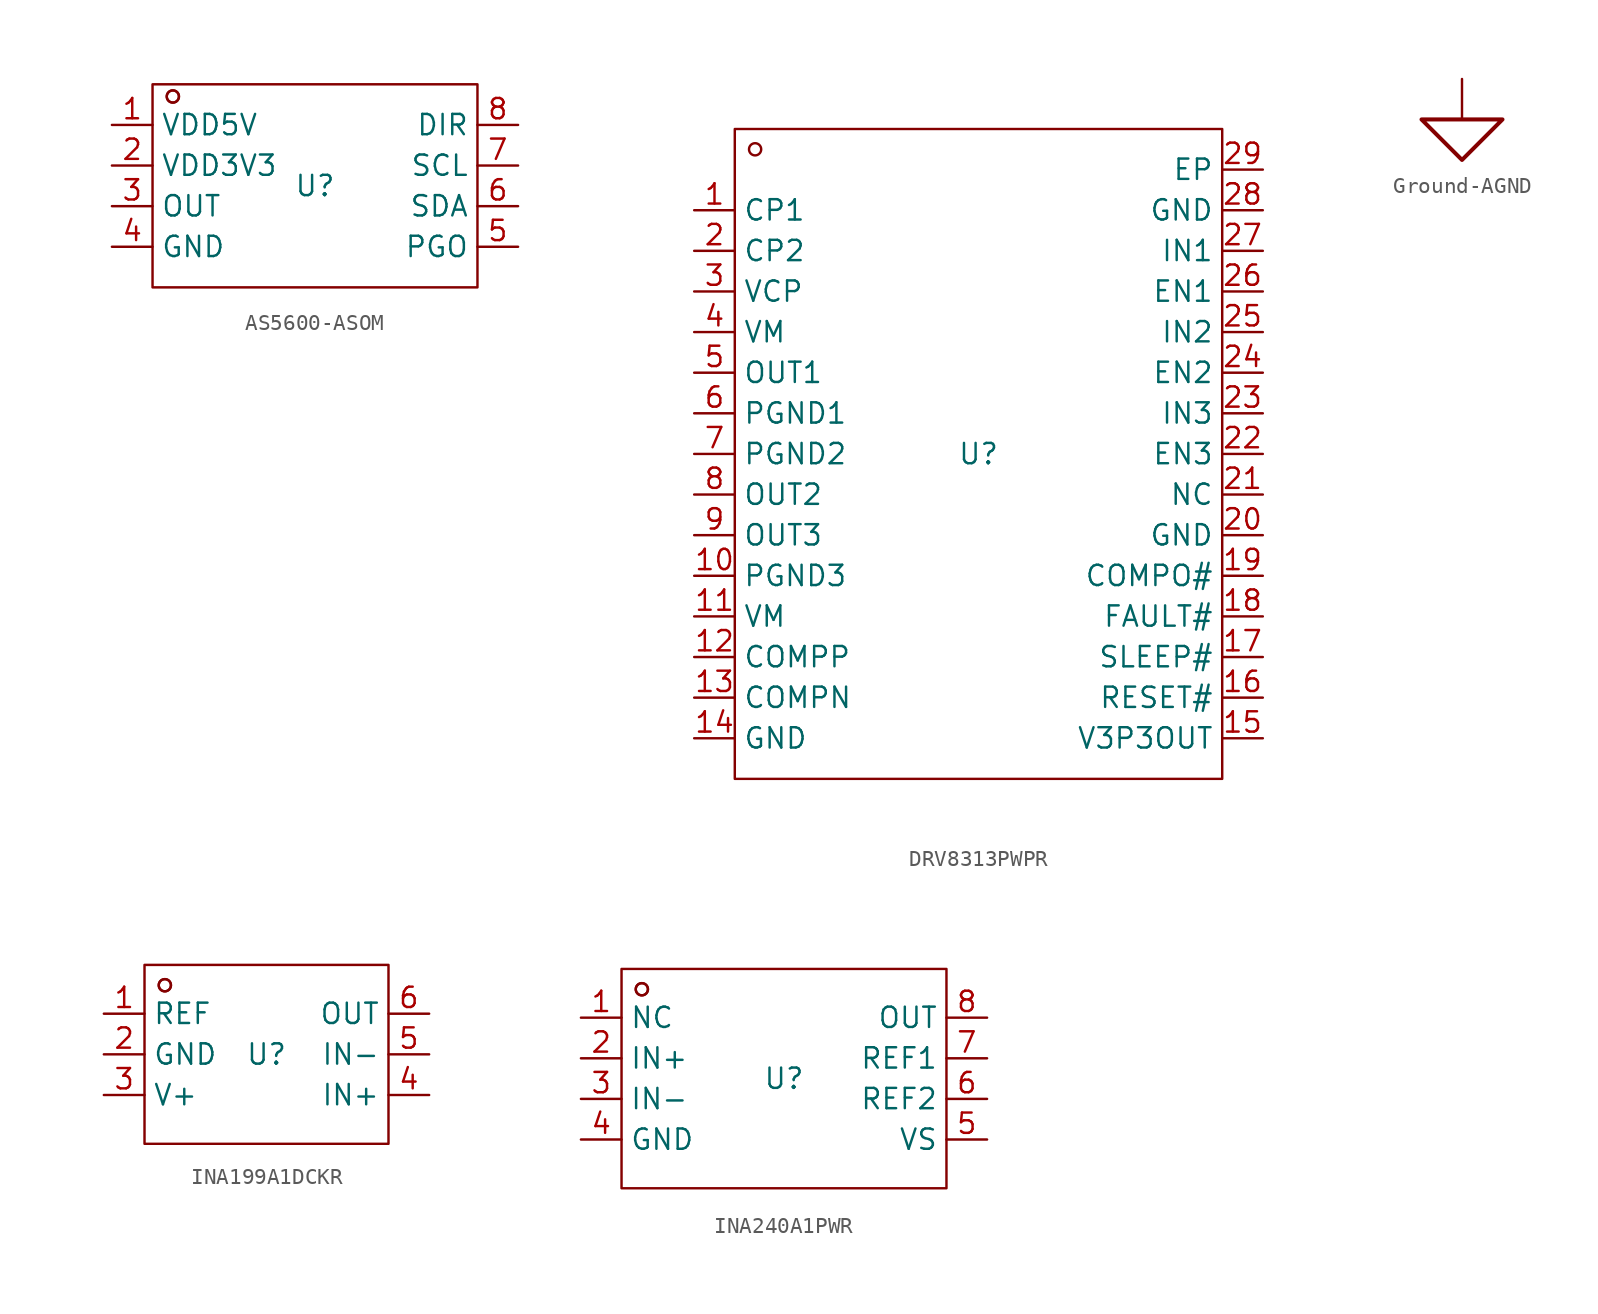
<source format=kicad_sym>
(kicad_symbol_lib
  (version 20241209)
  (generator "kicad_symbol_editor")
  (generator_version "9.0")
  (symbol "AS5600-ASOM"
    (property "Reference" "U"
      (at 0 0 0)
      (effects (font (size 1.27 1.27))))
    (property "Value" ""
      (at 0 0 0)
      (effects (font (size 1.27 1.27))))
    (symbol "AS5600-ASOM_1_0"
      (rectangle (start -10.16 -6.35) (end 10.16 6.35) (stroke (width 0) (type default)) (fill (type none)))
      (circle (center -8.89 5.588) (radius 0.381) (stroke (width 0) (type default)) (fill (type none)))
      (circle (center -8.89 5.588) (radius 0.381) (stroke (width 0) (type default)) (fill (type none)))
      (pin unspecified line (at -12.7 3.81 0) (length 2.54) (name "VDD5V" (effects (font (size 1.27 1.27)))) (number "1" (effects (font (size 1.27 1.27)))))
      (pin unspecified line (at -12.7 1.27 0) (length 2.54) (name "VDD3V3" (effects (font (size 1.27 1.27)))) (number "2" (effects (font (size 1.27 1.27)))))
      (pin unspecified line (at -12.7 -1.27 0) (length 2.54) (name "OUT" (effects (font (size 1.27 1.27)))) (number "3" (effects (font (size 1.27 1.27)))))
      (pin unspecified line (at -12.7 -3.81 0) (length 2.54) (name "GND" (effects (font (size 1.27 1.27)))) (number "4" (effects (font (size 1.27 1.27)))))
      (pin unspecified line (at 12.7 3.81 180) (length 2.54) (name "DIR" (effects (font (size 1.27 1.27)))) (number "8" (effects (font (size 1.27 1.27)))))
      (pin unspecified line (at 12.7 1.27 180) (length 2.54) (name "SCL" (effects (font (size 1.27 1.27)))) (number "7" (effects (font (size 1.27 1.27)))))
      (pin unspecified line (at 12.7 -1.27 180) (length 2.54) (name "SDA" (effects (font (size 1.27 1.27)))) (number "6" (effects (font (size 1.27 1.27)))))
      (pin unspecified line (at 12.7 -3.81 180) (length 2.54) (name "PGO" (effects (font (size 1.27 1.27)))) (number "5" (effects (font (size 1.27 1.27)))))))
  (symbol "DRV8313PWPR"
    (property "Reference" "U"
      (at 0 0 0)
      (effects (font (size 1.27 1.27))))
    (property "Value" ""
      (at 0 0 0)
      (effects (font (size 1.27 1.27))))
    (symbol "DRV8313PWPR_1_0"
      (rectangle (start -15.24 -20.32) (end 15.24 20.32) (stroke (width 0) (type default)) (fill (type none)))
      (circle (center -13.97 19.05) (radius 0.381) (stroke (width 0) (type default)) (fill (type none)))
      (pin unspecified line (at -17.78 15.24 0) (length 2.54) (name "CP1" (effects (font (size 1.27 1.27)))) (number "1" (effects (font (size 1.27 1.27)))))
      (pin unspecified line (at -17.78 12.7 0) (length 2.54) (name "CP2" (effects (font (size 1.27 1.27)))) (number "2" (effects (font (size 1.27 1.27)))))
      (pin unspecified line (at -17.78 10.16 0) (length 2.54) (name "VCP" (effects (font (size 1.27 1.27)))) (number "3" (effects (font (size 1.27 1.27)))))
      (pin unspecified line (at -17.78 7.62 0) (length 2.54) (name "VM" (effects (font (size 1.27 1.27)))) (number "4" (effects (font (size 1.27 1.27)))))
      (pin unspecified line (at -17.78 5.08 0) (length 2.54) (name "OUT1" (effects (font (size 1.27 1.27)))) (number "5" (effects (font (size 1.27 1.27)))))
      (pin unspecified line (at -17.78 2.54 0) (length 2.54) (name "PGND1" (effects (font (size 1.27 1.27)))) (number "6" (effects (font (size 1.27 1.27)))))
      (pin unspecified line (at -17.78 0 0) (length 2.54) (name "PGND2" (effects (font (size 1.27 1.27)))) (number "7" (effects (font (size 1.27 1.27)))))
      (pin unspecified line (at -17.78 -2.54 0) (length 2.54) (name "OUT2" (effects (font (size 1.27 1.27)))) (number "8" (effects (font (size 1.27 1.27)))))
      (pin unspecified line (at -17.78 -5.08 0) (length 2.54) (name "OUT3" (effects (font (size 1.27 1.27)))) (number "9" (effects (font (size 1.27 1.27)))))
      (pin unspecified line (at -17.78 -7.62 0) (length 2.54) (name "PGND3" (effects (font (size 1.27 1.27)))) (number "10" (effects (font (size 1.27 1.27)))))
      (pin unspecified line (at -17.78 -10.16 0) (length 2.54) (name "VM" (effects (font (size 1.27 1.27)))) (number "11" (effects (font (size 1.27 1.27)))))
      (pin unspecified line (at -17.78 -12.7 0) (length 2.54) (name "COMPP" (effects (font (size 1.27 1.27)))) (number "12" (effects (font (size 1.27 1.27)))))
      (pin unspecified line (at -17.78 -15.24 0) (length 2.54) (name "COMPN" (effects (font (size 1.27 1.27)))) (number "13" (effects (font (size 1.27 1.27)))))
      (pin unspecified line (at -17.78 -17.78 0) (length 2.54) (name "GND" (effects (font (size 1.27 1.27)))) (number "14" (effects (font (size 1.27 1.27)))))
      (pin unspecified line (at 17.78 17.78 180) (length 2.54) (name "EP" (effects (font (size 1.27 1.27)))) (number "29" (effects (font (size 1.27 1.27)))))
      (pin unspecified line (at 17.78 15.24 180) (length 2.54) (name "GND" (effects (font (size 1.27 1.27)))) (number "28" (effects (font (size 1.27 1.27)))))
      (pin unspecified line (at 17.78 12.7 180) (length 2.54) (name "IN1" (effects (font (size 1.27 1.27)))) (number "27" (effects (font (size 1.27 1.27)))))
      (pin unspecified line (at 17.78 10.16 180) (length 2.54) (name "EN1" (effects (font (size 1.27 1.27)))) (number "26" (effects (font (size 1.27 1.27)))))
      (pin unspecified line (at 17.78 7.62 180) (length 2.54) (name "IN2" (effects (font (size 1.27 1.27)))) (number "25" (effects (font (size 1.27 1.27)))))
      (pin unspecified line (at 17.78 5.08 180) (length 2.54) (name "EN2" (effects (font (size 1.27 1.27)))) (number "24" (effects (font (size 1.27 1.27)))))
      (pin unspecified line (at 17.78 2.54 180) (length 2.54) (name "IN3" (effects (font (size 1.27 1.27)))) (number "23" (effects (font (size 1.27 1.27)))))
      (pin unspecified line (at 17.78 0 180) (length 2.54) (name "EN3" (effects (font (size 1.27 1.27)))) (number "22" (effects (font (size 1.27 1.27)))))
      (pin unspecified line (at 17.78 -2.54 180) (length 2.54) (name "NC" (effects (font (size 1.27 1.27)))) (number "21" (effects (font (size 1.27 1.27)))))
      (pin unspecified line (at 17.78 -5.08 180) (length 2.54) (name "GND" (effects (font (size 1.27 1.27)))) (number "20" (effects (font (size 1.27 1.27)))))
      (pin unspecified line (at 17.78 -7.62 180) (length 2.54) (name "COMPO#" (effects (font (size 1.27 1.27)))) (number "19" (effects (font (size 1.27 1.27)))))
      (pin unspecified line (at 17.78 -10.16 180) (length 2.54) (name "FAULT#" (effects (font (size 1.27 1.27)))) (number "18" (effects (font (size 1.27 1.27)))))
      (pin unspecified line (at 17.78 -12.7 180) (length 2.54) (name "SLEEP#" (effects (font (size 1.27 1.27)))) (number "17" (effects (font (size 1.27 1.27)))))
      (pin unspecified line (at 17.78 -15.24 180) (length 2.54) (name "RESET#" (effects (font (size 1.27 1.27)))) (number "16" (effects (font (size 1.27 1.27)))))
      (pin unspecified line (at 17.78 -17.78 180) (length 2.54) (name "V3P3OUT" (effects (font (size 1.27 1.27)))) (number "15" (effects (font (size 1.27 1.27)))))))
  (symbol "Ground-AGND"
    (power)
    (pin_numbers
      (hide yes))
    (pin_names
      (hide yes))
    (property "Reference" "#PWR"
      (at 0 0 0)
      (effects (font (size 1.27 1.27)) (hide yes)))
    (symbol "Ground-AGND_1_0"
      (polyline (pts (xy -2.54 -2.54) (xy 2.54 -2.54) (xy 0 -5.08) (xy -2.54 -2.54)) (stroke (width 0.254) (type solid)) (fill (type none)))
      (pin power_in line (at 0 0 270) (length 2.54) (name "" (effects (font (size 1.27 1.27)))) (number "1" (effects (font (size 0.025 0.025)))))))
  (symbol "INA199A1DCKR"
    (property "Reference" "U"
      (at 0 0 0)
      (effects (font (size 1.27 1.27))))
    (property "Value" ""
      (at 0 0 0)
      (effects (font (size 1.27 1.27))))
    (symbol "INA199A1DCKR_1_0"
      (rectangle (start -7.62 -5.588) (end 7.62 5.588) (stroke (width 0) (type default)) (fill (type none)))
      (circle (center -6.35 4.318) (radius 0.381) (stroke (width 0) (type default)) (fill (type none)))
      (circle (center -6.35 4.318) (radius 0.381) (stroke (width 0) (type default)) (fill (type none)))
      (pin unspecified line (at -10.16 2.54 0) (length 2.54) (name "REF" (effects (font (size 1.27 1.27)))) (number "1" (effects (font (size 1.27 1.27)))))
      (pin unspecified line (at -10.16 0 0) (length 2.54) (name "GND" (effects (font (size 1.27 1.27)))) (number "2" (effects (font (size 1.27 1.27)))))
      (pin unspecified line (at -10.16 -2.54 0) (length 2.54) (name "V+" (effects (font (size 1.27 1.27)))) (number "3" (effects (font (size 1.27 1.27)))))
      (pin unspecified line (at 10.16 2.54 180) (length 2.54) (name "OUT" (effects (font (size 1.27 1.27)))) (number "6" (effects (font (size 1.27 1.27)))))
      (pin unspecified line (at 10.16 0 180) (length 2.54) (name "IN-" (effects (font (size 1.27 1.27)))) (number "5" (effects (font (size 1.27 1.27)))))
      (pin unspecified line (at 10.16 -2.54 180) (length 2.54) (name "IN+" (effects (font (size 1.27 1.27)))) (number "4" (effects (font (size 1.27 1.27)))))))
  (symbol "INA240A1PWR"
    (property "Reference" "U"
      (at 0 0 0)
      (effects (font (size 1.27 1.27))))
    (property "Value" ""
      (at 0 0 0)
      (effects (font (size 1.27 1.27))))
    (symbol "INA240A1PWR_1_0"
      (rectangle (start -10.16 -6.858) (end 10.16 6.858) (stroke (width 0) (type default)) (fill (type none)))
      (circle (center -8.89 5.588) (radius 0.381) (stroke (width 0) (type default)) (fill (type none)))
      (circle (center -8.89 5.588) (radius 0.381) (stroke (width 0) (type default)) (fill (type none)))
      (pin unspecified line (at -12.7 3.81 0) (length 2.54) (name "NC" (effects (font (size 1.27 1.27)))) (number "1" (effects (font (size 1.27 1.27)))))
      (pin unspecified line (at -12.7 1.27 0) (length 2.54) (name "IN+" (effects (font (size 1.27 1.27)))) (number "2" (effects (font (size 1.27 1.27)))))
      (pin unspecified line (at -12.7 -1.27 0) (length 2.54) (name "IN-" (effects (font (size 1.27 1.27)))) (number "3" (effects (font (size 1.27 1.27)))))
      (pin unspecified line (at -12.7 -3.81 0) (length 2.54) (name "GND" (effects (font (size 1.27 1.27)))) (number "4" (effects (font (size 1.27 1.27)))))
      (pin unspecified line (at 12.7 3.81 180) (length 2.54) (name "OUT" (effects (font (size 1.27 1.27)))) (number "8" (effects (font (size 1.27 1.27)))))
      (pin unspecified line (at 12.7 1.27 180) (length 2.54) (name "REF1" (effects (font (size 1.27 1.27)))) (number "7" (effects (font (size 1.27 1.27)))))
      (pin unspecified line (at 12.7 -1.27 180) (length 2.54) (name "REF2" (effects (font (size 1.27 1.27)))) (number "6" (effects (font (size 1.27 1.27)))))
      (pin unspecified line (at 12.7 -3.81 180) (length 2.54) (name "VS" (effects (font (size 1.27 1.27)))) (number "5" (effects (font (size 1.27 1.27))))))))
</source>
